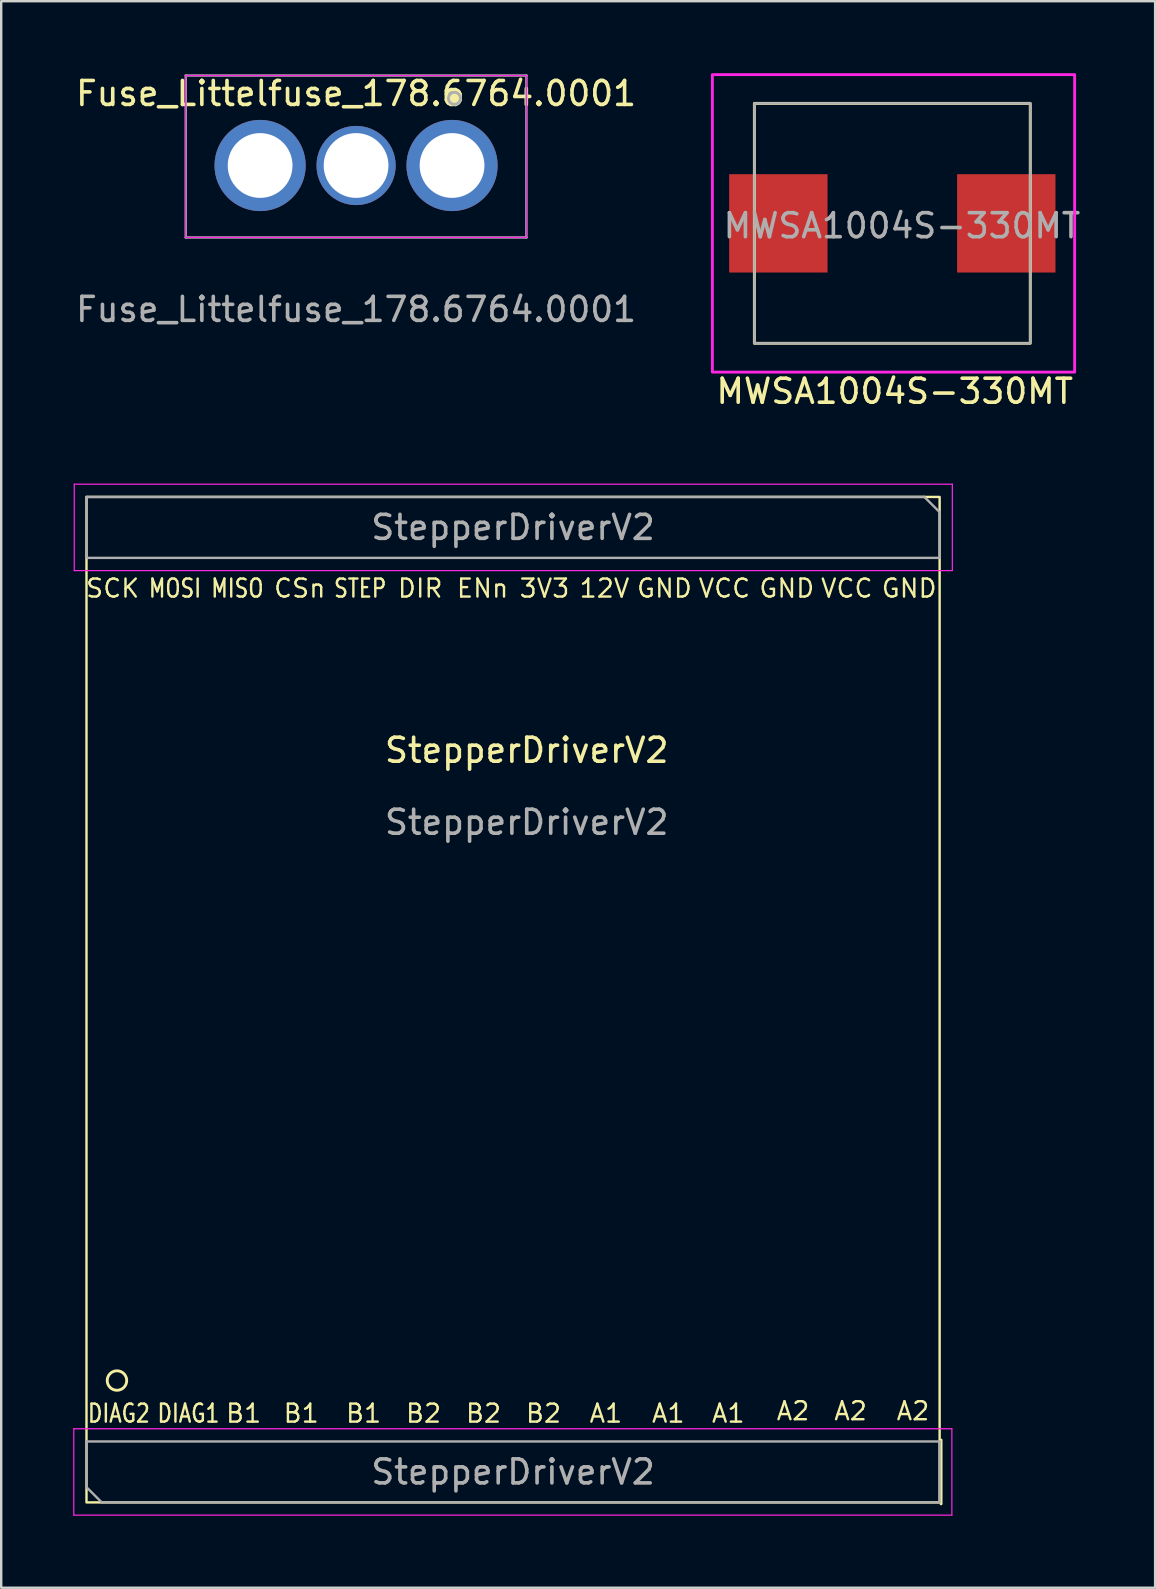
<source format=kicad_pcb>
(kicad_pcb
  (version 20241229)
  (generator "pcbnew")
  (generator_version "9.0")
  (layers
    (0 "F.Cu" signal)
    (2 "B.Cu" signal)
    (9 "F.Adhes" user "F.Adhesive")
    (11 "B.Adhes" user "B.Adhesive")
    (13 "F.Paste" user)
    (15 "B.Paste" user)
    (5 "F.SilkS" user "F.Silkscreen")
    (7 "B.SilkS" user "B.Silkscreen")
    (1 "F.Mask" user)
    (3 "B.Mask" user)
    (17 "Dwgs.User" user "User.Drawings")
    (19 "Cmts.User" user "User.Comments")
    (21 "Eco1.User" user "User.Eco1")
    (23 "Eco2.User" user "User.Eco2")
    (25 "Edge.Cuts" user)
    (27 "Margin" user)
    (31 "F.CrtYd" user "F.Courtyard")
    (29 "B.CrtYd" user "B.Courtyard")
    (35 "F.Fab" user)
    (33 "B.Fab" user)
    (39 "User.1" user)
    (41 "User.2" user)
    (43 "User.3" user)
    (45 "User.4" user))
  (footprint "Fuse_Littelfuse_178.6764.0001"
    (layer "F.Cu")
    (at 11.792 3.848)
    (property "Reference" "Fuse_Littelfuse_178.6764.0001" (at 0 -3 0) (unlocked yes) (layer "F.SilkS") (effects (font (size 1 1) (thickness 0.15))))
    (attr through_hole)
    (fp_circle (center 4.1 -2.8) (end 4.35 -2.8) (stroke (width 0.12) (type solid)) (fill yes) (layer "F.SilkS"))
    (fp_line (start -7.1 -3.75) (end -7.1 3) (stroke (width 0.05) (type solid)) (layer "F.CrtYd"))
    (fp_line (start -7.1 -3.75) (end 7.1 -3.75) (stroke (width 0.05) (type solid)) (layer "F.CrtYd"))
    (fp_line (start 7.1 3) (end -7.1 3) (stroke (width 0.05) (type solid)) (layer "F.CrtYd"))
    (fp_line (start 7.1 3) (end 7.1 -3.75) (stroke (width 0.05) (type solid)) (layer "F.CrtYd"))
    (fp_line (start -7.1 -3.75) (end 7.1 -3.75) (stroke (width 0.1) (type solid)) (layer "F.Fab"))
    (fp_line (start -7.1 3) (end -7.1 -3.75) (stroke (width 0.1) (type solid)) (layer "F.Fab"))
    (fp_line (start 7.1 -3.75) (end 7.1 3) (stroke (width 0.1) (type solid)) (layer "F.Fab"))
    (fp_line (start 7.1 3) (end -7.1 3) (stroke (width 0.1) (type solid)) (layer "F.Fab"))
    (fp_circle (center 4.1 -2.8) (end 4.35 -2.8) (stroke (width 0.12) (type solid)) (fill no) (layer "F.Fab"))
    (fp_text user "${REFERENCE}" (at 0 6 0) (layer "F.Fab") (effects (font (size 1 1) (thickness 0.15))))
    (pad "" thru_hole circle (at 0 0) (size 3.3 3.3) (drill 2.7) (layers "*.Cu" "*.Mask"))
    (pad "1" thru_hole circle (at 4 0) (size 3.8 3.8) (drill 2.7) (layers "*.Cu" "*.Mask"))
    (pad "2" thru_hole circle (at -4 0) (size 3.8 3.8) (drill 2.7) (layers "*.Cu" "*.Mask")))
  (footprint "StepperDriverV2"
    (layer "F.Cu")
    (at 1.825 58.303)
    (property "Reference" "StepperDriverV2" (at 17.08 -30.08 0) (unlocked yes) (layer "F.SilkS") (effects (font (size 1 1) (thickness 0.15))))
    (attr through_hole)
    (fp_line (start 34.35 1.33) (end 34.35 -1.33) (stroke (width 0.12) (type solid)) (layer "F.SilkS"))
    (fp_rect (start -1.27 -40.64) (end 34.29 1.27) (stroke (width 0.1) (type solid)) (fill no) (layer "F.SilkS"))
    (fp_circle (center 0 -3.81) (end 0.406 -3.81) (stroke (width 0.12) (type solid)) (fill no) (layer "F.SilkS"))
    (fp_line (start -1.8 -1.8) (end -1.8 1.8) (stroke (width 0.05) (type solid)) (layer "F.CrtYd"))
    (fp_line (start -1.8 1.8) (end 34.8 1.8) (stroke (width 0.05) (type solid)) (layer "F.CrtYd"))
    (fp_line (start -1.78 -41.17) (end -1.78 -37.57) (stroke (width 0.05) (type solid)) (layer "F.CrtYd"))
    (fp_line (start -1.78 -37.57) (end 34.82 -37.57) (stroke (width 0.05) (type solid)) (layer "F.CrtYd"))
    (fp_line (start 34.8 -1.8) (end -1.8 -1.8) (stroke (width 0.05) (type solid)) (layer "F.CrtYd"))
    (fp_line (start 34.8 1.8) (end 34.8 -1.8) (stroke (width 0.05) (type solid)) (layer "F.CrtYd"))
    (fp_line (start 34.82 -41.17) (end -1.78 -41.17) (stroke (width 0.05) (type solid)) (layer "F.CrtYd"))
    (fp_line (start 34.82 -37.57) (end 34.82 -41.17) (stroke (width 0.05) (type solid)) (layer "F.CrtYd"))
    (fp_line (start -1.27 -40.64) (end 33.655 -40.64) (stroke (width 0.1) (type solid)) (layer "F.Fab"))
    (fp_line (start -1.27 -38.1) (end -1.27 -40.64) (stroke (width 0.1) (type solid)) (layer "F.Fab"))
    (fp_line (start -1.27 -1.27) (end 34.29 -1.27) (stroke (width 0.1) (type solid)) (layer "F.Fab"))
    (fp_line (start -1.27 0.635) (end -1.27 -1.27) (stroke (width 0.1) (type solid)) (layer "F.Fab"))
    (fp_line (start -0.635 1.27) (end -1.27 0.635) (stroke (width 0.1) (type solid)) (layer "F.Fab"))
    (fp_line (start 33.655 -40.64) (end 34.29 -40.005) (stroke (width 0.1) (type solid)) (layer "F.Fab"))
    (fp_line (start 34.29 -40.005) (end 34.29 -38.1) (stroke (width 0.1) (type solid)) (layer "F.Fab"))
    (fp_line (start 34.29 -38.1) (end -1.27 -38.1) (stroke (width 0.1) (type solid)) (layer "F.Fab"))
    (fp_line (start 34.29 -1.27) (end 34.29 1.27) (stroke (width 0.1) (type solid)) (layer "F.Fab"))
    (fp_line (start 34.29 1.27) (end -0.635 1.27) (stroke (width 0.1) (type solid)) (layer "F.Fab"))
    (fp_text user "B1" (at 10.28 -2.44 180) (layer "F.SilkS") (effects (font (size 0.75 0.75) (thickness 0.1))))
    (fp_text user "B2" (at 15.28 -2.44 180) (layer "F.SilkS") (effects (font (size 0.75 0.75) (thickness 0.1))))
    (fp_text user "GND" (at 22.82 -36.83 180) (layer "F.SilkS") (effects (font (size 0.75 0.75) (thickness 0.1))))
    (fp_text user "A2" (at 30.58 -2.54 180) (layer "F.SilkS") (effects (font (size 0.75 0.75) (thickness 0.1))))
    (fp_text user "12V" (at 20.32 -36.83 180) (layer "F.SilkS") (effects (font (size 0.75 0.75) (thickness 0.1))))
    (fp_text user "VCC" (at 25.32 -36.83 180) (layer "F.SilkS") (effects (font (size 0.75 0.75) (thickness 0.1))))
    (fp_text user "A1" (at 22.98 -2.44 180) (layer "F.SilkS") (effects (font (size 0.75 0.75) (thickness 0.1))))
    (fp_text user "B1" (at 7.68 -2.44 180) (layer "F.SilkS") (effects (font (size 0.75 0.75) (thickness 0.1))))
    (fp_text user "GND" (at 27.92 -36.83 180) (layer "F.SilkS") (effects (font (size 0.75 0.75) (thickness 0.1))))
    (fp_text user "A2" (at 28.18 -2.54 180) (layer "F.SilkS") (effects (font (size 0.75 0.75) (thickness 0.1))))
    (fp_text user "B2" (at 17.78 -2.44 180) (layer "F.SilkS") (effects (font (size 0.75 0.75) (thickness 0.1))))
    (fp_text user "DIAG2" (at 0.08 -2.44 180) (layer "F.SilkS") (effects (font (size 0.75 0.6) (thickness 0.1))))
    (fp_text user "MOSI" (at 2.42 -36.83 180) (layer "F.SilkS") (effects (font (size 0.75 0.6) (thickness 0.1))))
    (fp_text user "3V3" (at 17.82 -36.83 180) (layer "F.SilkS") (effects (font (size 0.75 0.75) (thickness 0.1))))
    (fp_text user "GND" (at 33.02 -36.83 180) (layer "F.SilkS") (effects (font (size 0.75 0.75) (thickness 0.1))))
    (fp_text user "SCK" (at -0.18 -36.83 180) (layer "F.SilkS") (effects (font (size 0.75 0.75) (thickness 0.1))))
    (fp_text user "DIR" (at 12.64 -36.83 180) (layer "F.SilkS") (effects (font (size 0.75 0.75) (thickness 0.1))))
    (fp_text user "STEP" (at 10.14 -36.83 180) (layer "F.SilkS") (effects (font (size 0.75 0.6) (thickness 0.1))))
    (fp_text user "B1" (at 5.28 -2.44 180) (layer "F.SilkS") (effects (font (size 0.75 0.75) (thickness 0.1))))
    (fp_text user "DIAG1" (at 2.98 -2.44 180) (layer "F.SilkS") (effects (font (size 0.75 0.6) (thickness 0.1))))
    (fp_text user "B2" (at 12.78 -2.44 180) (layer "F.SilkS") (effects (font (size 0.75 0.75) (thickness 0.1))))
    (fp_text user "ENn" (at 15.24 -36.83 180) (layer "F.SilkS") (effects (font (size 0.75 0.75) (thickness 0.1))))
    (fp_text user "A2" (at 33.18 -2.54 180) (layer "F.SilkS") (effects (font (size 0.75 0.75) (thickness 0.1))))
    (fp_text user "CSn" (at 7.62 -36.83 180) (layer "F.SilkS") (effects (font (size 0.75 0.75) (thickness 0.1))))
    (fp_text user "A1" (at 25.48 -2.44 180) (layer "F.SilkS") (effects (font (size 0.75 0.75) (thickness 0.1))))
    (fp_text user "A1" (at 20.38 -2.44 180) (layer "F.SilkS") (effects (font (size 0.75 0.75) (thickness 0.1))))
    (fp_text user "MISO" (at 5.02 -36.83 180) (layer "F.SilkS") (effects (font (size 0.75 0.6) (thickness 0.1))))
    (fp_text user "VCC" (at 30.42 -36.83 180) (layer "F.SilkS") (effects (font (size 0.75 0.75) (thickness 0.1))))
    (fp_text user "${REFERENCE}" (at 16.51 0 0) (layer "F.Fab") (effects (font (size 1 1) (thickness 0.15))))
    (fp_text user "${REFERENCE}" (at 16.51 -39.37 0) (layer "F.Fab") (effects (font (size 1 1) (thickness 0.15))))
    (fp_text user "${REFERENCE}" (at 17.08 -27.08 0) (unlocked yes) (layer "F.Fab") (effects (font (size 1 1) (thickness 0.15)))))
  (footprint "MWSA1004S-330MT"
    (layer "F.Cu")
    (at 34.143 6.26)
    (property "Reference" "MWSA1004S-330MT" (at 0.1 7 0) (unlocked yes) (layer "F.SilkS") (effects (font (size 1 1) (thickness 0.15))))
    (fp_rect (start -5.75 5) (end 5.75 -5) (stroke (width 0.12) (type solid)) (fill no) (layer "F.SilkS"))
    (fp_rect (start -7.5 6.2) (end 7.6 -6.2) (stroke (width 0.12) (type solid)) (fill no) (layer "F.CrtYd"))
    (fp_rect (start -5.75 5) (end 5.75 -5) (stroke (width 0.1) (type solid)) (fill no) (layer "F.Fab"))
    (fp_text user "${REFERENCE}" (at 0.4 0.1 0) (unlocked yes) (layer "F.Fab") (effects (font (size 1 1) (thickness 0.15))))
    (pad "1" smd rect (at -4.75 0) (size 4.1 4.1) (layers "F.Cu" "F.Mask" "F.Paste"))
    (pad "2" smd rect (at 4.75 0) (size 4.1 4.1) (layers "F.Cu" "F.Mask" "F.Paste")))
  (gr_rect
    (start -3 -3)
    (end 45.097 63.128)
    (stroke (width 0.1) (type default))
    (fill no)
    (layer "Edge.Cuts")))
</source>
